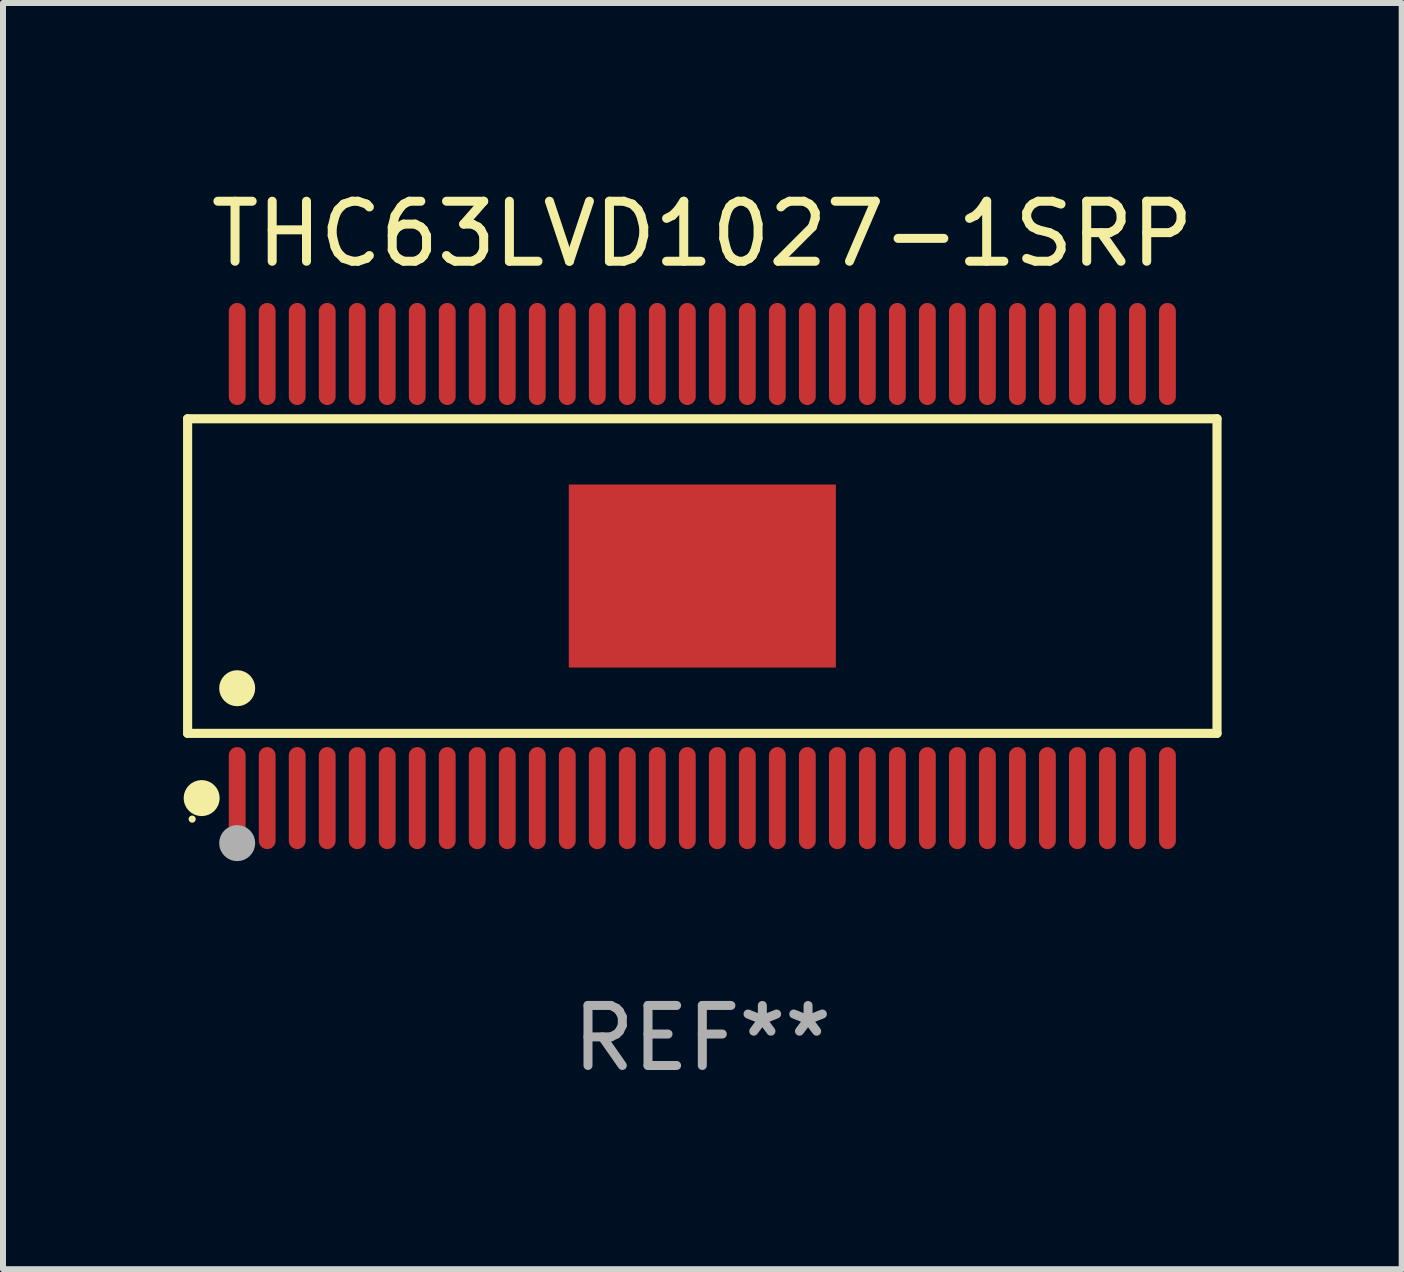
<source format=kicad_pcb>
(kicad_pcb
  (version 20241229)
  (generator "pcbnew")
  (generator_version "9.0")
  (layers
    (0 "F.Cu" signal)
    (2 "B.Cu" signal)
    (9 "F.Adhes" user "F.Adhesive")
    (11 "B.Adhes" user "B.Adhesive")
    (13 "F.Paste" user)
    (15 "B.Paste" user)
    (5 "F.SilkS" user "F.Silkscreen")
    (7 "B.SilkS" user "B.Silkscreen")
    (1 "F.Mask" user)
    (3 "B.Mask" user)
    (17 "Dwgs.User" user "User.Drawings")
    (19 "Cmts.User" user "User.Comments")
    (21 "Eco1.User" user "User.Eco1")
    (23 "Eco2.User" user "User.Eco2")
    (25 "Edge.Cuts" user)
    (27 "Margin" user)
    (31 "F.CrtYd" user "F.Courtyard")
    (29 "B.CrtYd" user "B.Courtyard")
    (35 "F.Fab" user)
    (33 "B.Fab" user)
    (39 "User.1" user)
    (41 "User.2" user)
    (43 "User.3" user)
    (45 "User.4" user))
  (footprint "THC63LVD1027-1SRP"
    (layer "F.Cu")
    (at 8.652 6.548)
    (property "Reference" "THC63LVD1027-1SRP" (at 0 -5.7 0) (layer "F.SilkS") (effects (font (size 1 1) (thickness 0.15))))
    (attr through_hole)
    (fp_line (start -8.576 -2.621) (end 8.576 -2.621) (stroke (width 0.152) (type solid)) (layer "F.SilkS"))
    (fp_line (start -8.576 2.621) (end -8.576 -2.621) (stroke (width 0.152) (type solid)) (layer "F.SilkS"))
    (fp_line (start 8.576 -2.621) (end 8.576 2.621) (stroke (width 0.152) (type solid)) (layer "F.SilkS"))
    (fp_line (start 8.576 2.621) (end -8.576 2.621) (stroke (width 0.152) (type solid)) (layer "F.SilkS"))
    (fp_circle (center -8.5 4.05) (end -8.47 4.05) (stroke (width 0.06) (type solid)) (fill no) (layer "F.SilkS"))
    (fp_circle (center -8.342 3.7) (end -8.192 3.7) (stroke (width 0.3) (type solid)) (fill no) (layer "F.SilkS"))
    (fp_circle (center -7.75 1.869) (end -7.6 1.869) (stroke (width 0.3) (type solid)) (fill no) (layer "F.SilkS"))
    (fp_circle (center -7.75 4.45) (end -7.6 4.45) (stroke (width 0.3) (type solid)) (fill no) (layer "F.Fab"))
    (fp_text user "REF**" (at 0 7.7 0) (layer "F.Fab") (effects (font (size 1 1) (thickness 0.15))))
    (pad "1" smd oval (at -7.75 3.7) (size 0.28 1.7) (layers "F.Cu" "F.Mask" "F.Paste"))
    (pad "2" smd oval (at -7.25 3.7) (size 0.28 1.7) (layers "F.Cu" "F.Mask" "F.Paste"))
    (pad "3" smd oval (at -6.75 3.7) (size 0.28 1.7) (layers "F.Cu" "F.Mask" "F.Paste"))
    (pad "4" smd oval (at -6.25 3.7) (size 0.28 1.7) (layers "F.Cu" "F.Mask" "F.Paste"))
    (pad "5" smd oval (at -5.75 3.7) (size 0.28 1.7) (layers "F.Cu" "F.Mask" "F.Paste"))
    (pad "6" smd oval (at -5.25 3.7) (size 0.28 1.7) (layers "F.Cu" "F.Mask" "F.Paste"))
    (pad "7" smd oval (at -4.75 3.7) (size 0.28 1.7) (layers "F.Cu" "F.Mask" "F.Paste"))
    (pad "8" smd oval (at -4.25 3.7) (size 0.28 1.7) (layers "F.Cu" "F.Mask" "F.Paste"))
    (pad "9" smd oval (at -3.75 3.7) (size 0.28 1.7) (layers "F.Cu" "F.Mask" "F.Paste"))
    (pad "10" smd oval (at -3.25 3.7) (size 0.28 1.7) (layers "F.Cu" "F.Mask" "F.Paste"))
    (pad "11" smd oval (at -2.75 3.7) (size 0.28 1.7) (layers "F.Cu" "F.Mask" "F.Paste"))
    (pad "12" smd oval (at -2.25 3.7) (size 0.28 1.7) (layers "F.Cu" "F.Mask" "F.Paste"))
    (pad "13" smd oval (at -1.75 3.7) (size 0.28 1.7) (layers "F.Cu" "F.Mask" "F.Paste"))
    (pad "14" smd oval (at -1.25 3.7) (size 0.28 1.7) (layers "F.Cu" "F.Mask" "F.Paste"))
    (pad "15" smd oval (at -0.75 3.7) (size 0.28 1.7) (layers "F.Cu" "F.Mask" "F.Paste"))
    (pad "16" smd oval (at -0.25 3.7) (size 0.28 1.7) (layers "F.Cu" "F.Mask" "F.Paste"))
    (pad "17" smd oval (at 0.25 3.7) (size 0.28 1.7) (layers "F.Cu" "F.Mask" "F.Paste"))
    (pad "18" smd oval (at 0.75 3.7) (size 0.28 1.7) (layers "F.Cu" "F.Mask" "F.Paste"))
    (pad "19" smd oval (at 1.25 3.7) (size 0.28 1.7) (layers "F.Cu" "F.Mask" "F.Paste"))
    (pad "20" smd oval (at 1.75 3.7) (size 0.28 1.7) (layers "F.Cu" "F.Mask" "F.Paste"))
    (pad "21" smd oval (at 2.25 3.7) (size 0.28 1.7) (layers "F.Cu" "F.Mask" "F.Paste"))
    (pad "22" smd oval (at 2.75 3.7) (size 0.28 1.7) (layers "F.Cu" "F.Mask" "F.Paste"))
    (pad "23" smd oval (at 3.25 3.7) (size 0.28 1.7) (layers "F.Cu" "F.Mask" "F.Paste"))
    (pad "24" smd oval (at 3.75 3.7) (size 0.28 1.7) (layers "F.Cu" "F.Mask" "F.Paste"))
    (pad "25" smd oval (at 4.25 3.7) (size 0.28 1.7) (layers "F.Cu" "F.Mask" "F.Paste"))
    (pad "26" smd oval (at 4.75 3.7) (size 0.28 1.7) (layers "F.Cu" "F.Mask" "F.Paste"))
    (pad "27" smd oval (at 5.25 3.7) (size 0.28 1.7) (layers "F.Cu" "F.Mask" "F.Paste"))
    (pad "28" smd oval (at 5.75 3.7) (size 0.28 1.7) (layers "F.Cu" "F.Mask" "F.Paste"))
    (pad "29" smd oval (at 6.25 3.7) (size 0.28 1.7) (layers "F.Cu" "F.Mask" "F.Paste"))
    (pad "30" smd oval (at 6.75 3.7) (size 0.28 1.7) (layers "F.Cu" "F.Mask" "F.Paste"))
    (pad "31" smd oval (at 7.25 3.7) (size 0.28 1.7) (layers "F.Cu" "F.Mask" "F.Paste"))
    (pad "32" smd oval (at 7.75 3.7) (size 0.28 1.7) (layers "F.Cu" "F.Mask" "F.Paste"))
    (pad "33" smd oval (at 7.75 -3.7) (size 0.28 1.7) (layers "F.Cu" "F.Mask" "F.Paste"))
    (pad "34" smd oval (at 7.25 -3.7) (size 0.28 1.7) (layers "F.Cu" "F.Mask" "F.Paste"))
    (pad "35" smd oval (at 6.75 -3.7) (size 0.28 1.7) (layers "F.Cu" "F.Mask" "F.Paste"))
    (pad "36" smd oval (at 6.25 -3.7) (size 0.28 1.7) (layers "F.Cu" "F.Mask" "F.Paste"))
    (pad "37" smd oval (at 5.75 -3.7) (size 0.28 1.7) (layers "F.Cu" "F.Mask" "F.Paste"))
    (pad "38" smd oval (at 5.25 -3.7) (size 0.28 1.7) (layers "F.Cu" "F.Mask" "F.Paste"))
    (pad "39" smd oval (at 4.75 -3.7) (size 0.28 1.7) (layers "F.Cu" "F.Mask" "F.Paste"))
    (pad "40" smd oval (at 4.25 -3.7) (size 0.28 1.7) (layers "F.Cu" "F.Mask" "F.Paste"))
    (pad "41" smd oval (at 3.75 -3.7) (size 0.28 1.7) (layers "F.Cu" "F.Mask" "F.Paste"))
    (pad "42" smd oval (at 3.25 -3.7) (size 0.28 1.7) (layers "F.Cu" "F.Mask" "F.Paste"))
    (pad "43" smd oval (at 2.75 -3.7) (size 0.28 1.7) (layers "F.Cu" "F.Mask" "F.Paste"))
    (pad "44" smd oval (at 2.25 -3.7) (size 0.28 1.7) (layers "F.Cu" "F.Mask" "F.Paste"))
    (pad "45" smd oval (at 1.75 -3.7) (size 0.28 1.7) (layers "F.Cu" "F.Mask" "F.Paste"))
    (pad "46" smd oval (at 1.25 -3.7) (size 0.28 1.7) (layers "F.Cu" "F.Mask" "F.Paste"))
    (pad "47" smd oval (at 0.75 -3.7) (size 0.28 1.7) (layers "F.Cu" "F.Mask" "F.Paste"))
    (pad "48" smd oval (at 0.25 -3.7) (size 0.28 1.7) (layers "F.Cu" "F.Mask" "F.Paste"))
    (pad "49" smd oval (at -0.25 -3.7) (size 0.28 1.7) (layers "F.Cu" "F.Mask" "F.Paste"))
    (pad "50" smd oval (at -0.75 -3.7) (size 0.28 1.7) (layers "F.Cu" "F.Mask" "F.Paste"))
    (pad "51" smd oval (at -1.25 -3.7) (size 0.28 1.7) (layers "F.Cu" "F.Mask" "F.Paste"))
    (pad "52" smd oval (at -1.75 -3.7) (size 0.28 1.7) (layers "F.Cu" "F.Mask" "F.Paste"))
    (pad "53" smd oval (at -2.25 -3.7) (size 0.28 1.7) (layers "F.Cu" "F.Mask" "F.Paste"))
    (pad "54" smd oval (at -2.75 -3.7) (size 0.28 1.7) (layers "F.Cu" "F.Mask" "F.Paste"))
    (pad "55" smd oval (at -3.25 -3.7) (size 0.28 1.7) (layers "F.Cu" "F.Mask" "F.Paste"))
    (pad "56" smd oval (at -3.75 -3.7) (size 0.28 1.7) (layers "F.Cu" "F.Mask" "F.Paste"))
    (pad "57" smd oval (at -4.25 -3.7) (size 0.28 1.7) (layers "F.Cu" "F.Mask" "F.Paste"))
    (pad "58" smd oval (at -4.75 -3.7) (size 0.28 1.7) (layers "F.Cu" "F.Mask" "F.Paste"))
    (pad "59" smd oval (at -5.25 -3.7) (size 0.28 1.7) (layers "F.Cu" "F.Mask" "F.Paste"))
    (pad "60" smd oval (at -5.75 -3.7) (size 0.28 1.7) (layers "F.Cu" "F.Mask" "F.Paste"))
    (pad "61" smd oval (at -6.25 -3.7) (size 0.28 1.7) (layers "F.Cu" "F.Mask" "F.Paste"))
    (pad "62" smd oval (at -6.75 -3.7) (size 0.28 1.7) (layers "F.Cu" "F.Mask" "F.Paste"))
    (pad "63" smd oval (at -7.25 -3.7) (size 0.28 1.7) (layers "F.Cu" "F.Mask" "F.Paste"))
    (pad "64" smd oval (at -7.75 -3.7) (size 0.28 1.7) (layers "F.Cu" "F.Mask" "F.Paste"))
    (pad "65" smd rect (at 0 0) (size 4.45 3.05) (layers "F.Cu" "F.Mask" "F.Paste")))
  (gr_rect
    (start -3 -3)
    (end 20.305 18.097)
    (stroke (width 0.1) (type default))
    (fill no)
    (layer "Edge.Cuts")))
</source>
